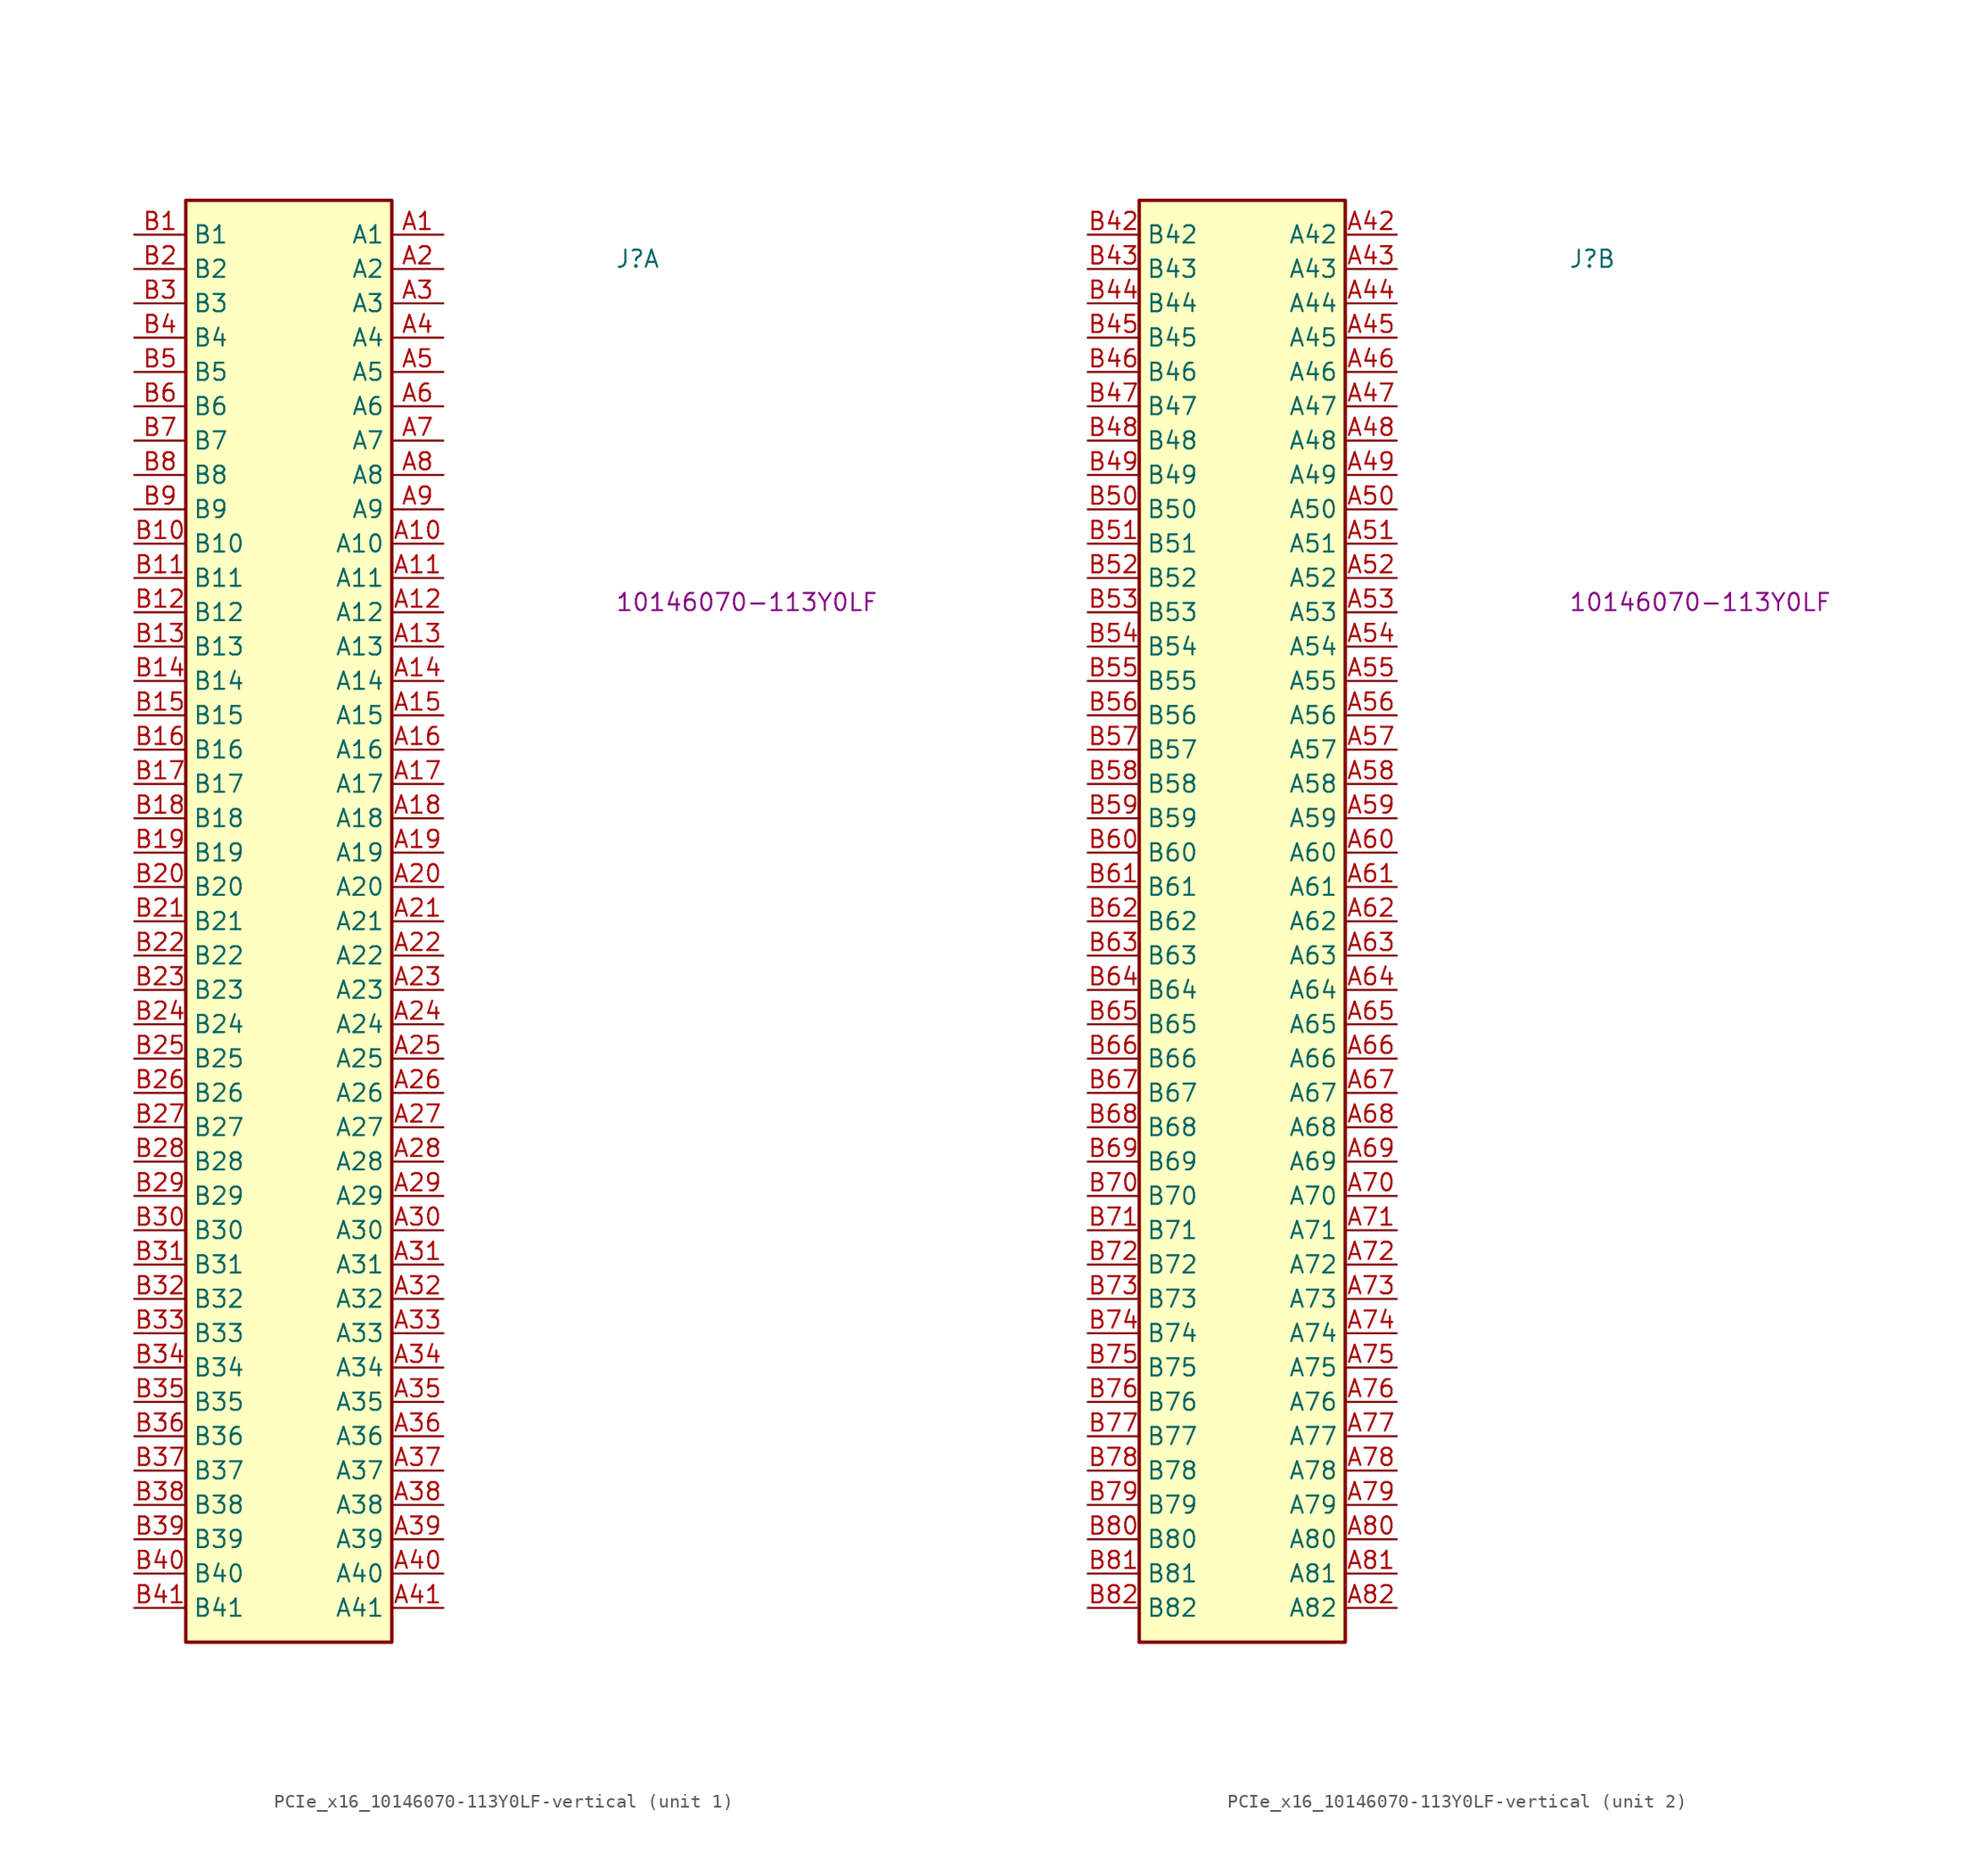
<source format=kicad_sym>
(kicad_symbol_lib
  (version 20220914)
  (generator kicad_symbol_editor)
  (symbol "PCIe_x16_10146070-113Y0LF-vertical"
    (property "Reference" "J"
      (at 35.56 -2.54 0)
      (effects (font (size 1.27 1.27) (thickness 0.15)) (justify left bottom)))
    (property "MPN" "10146070-113Y0LF"
      (at 35.56 -27.94 0)
      (effects (font (size 1.27 1.27) (thickness 0.15)) (justify left bottom)))
    (symbol "PCIe_x16_10146070-113Y0LF-vertical_1_1"
      (rectangle (start 3.81 -104.14) (end 19.05 2.54) (stroke (width 0.254) (type default)) (fill (type background)))
      (pin passive line (at 22.86 0 180) (length 3.81) (name "A1" (effects (font (size 1.27 1.27)))) (number "A1" (effects (font (size 1.27 1.27)))))
      (pin passive line (at 22.86 -22.86 180) (length 3.81) (name "A10" (effects (font (size 1.27 1.27)))) (number "A10" (effects (font (size 1.27 1.27)))))
      (pin passive line (at 22.86 -25.4 180) (length 3.81) (name "A11" (effects (font (size 1.27 1.27)))) (number "A11" (effects (font (size 1.27 1.27)))))
      (pin passive line (at 22.86 -27.94 180) (length 3.81) (name "A12" (effects (font (size 1.27 1.27)))) (number "A12" (effects (font (size 1.27 1.27)))))
      (pin passive line (at 22.86 -30.48 180) (length 3.81) (name "A13" (effects (font (size 1.27 1.27)))) (number "A13" (effects (font (size 1.27 1.27)))))
      (pin passive line (at 22.86 -33.02 180) (length 3.81) (name "A14" (effects (font (size 1.27 1.27)))) (number "A14" (effects (font (size 1.27 1.27)))))
      (pin passive line (at 22.86 -35.56 180) (length 3.81) (name "A15" (effects (font (size 1.27 1.27)))) (number "A15" (effects (font (size 1.27 1.27)))))
      (pin passive line (at 22.86 -38.1 180) (length 3.81) (name "A16" (effects (font (size 1.27 1.27)))) (number "A16" (effects (font (size 1.27 1.27)))))
      (pin passive line (at 22.86 -40.64 180) (length 3.81) (name "A17" (effects (font (size 1.27 1.27)))) (number "A17" (effects (font (size 1.27 1.27)))))
      (pin passive line (at 22.86 -43.18 180) (length 3.81) (name "A18" (effects (font (size 1.27 1.27)))) (number "A18" (effects (font (size 1.27 1.27)))))
      (pin passive line (at 22.86 -45.72 180) (length 3.81) (name "A19" (effects (font (size 1.27 1.27)))) (number "A19" (effects (font (size 1.27 1.27)))))
      (pin passive line (at 22.86 -2.54 180) (length 3.81) (name "A2" (effects (font (size 1.27 1.27)))) (number "A2" (effects (font (size 1.27 1.27)))))
      (pin passive line (at 22.86 -48.26 180) (length 3.81) (name "A20" (effects (font (size 1.27 1.27)))) (number "A20" (effects (font (size 1.27 1.27)))))
      (pin passive line (at 22.86 -50.8 180) (length 3.81) (name "A21" (effects (font (size 1.27 1.27)))) (number "A21" (effects (font (size 1.27 1.27)))))
      (pin passive line (at 22.86 -53.34 180) (length 3.81) (name "A22" (effects (font (size 1.27 1.27)))) (number "A22" (effects (font (size 1.27 1.27)))))
      (pin passive line (at 22.86 -55.88 180) (length 3.81) (name "A23" (effects (font (size 1.27 1.27)))) (number "A23" (effects (font (size 1.27 1.27)))))
      (pin passive line (at 22.86 -58.42 180) (length 3.81) (name "A24" (effects (font (size 1.27 1.27)))) (number "A24" (effects (font (size 1.27 1.27)))))
      (pin passive line (at 22.86 -60.96 180) (length 3.81) (name "A25" (effects (font (size 1.27 1.27)))) (number "A25" (effects (font (size 1.27 1.27)))))
      (pin passive line (at 22.86 -63.5 180) (length 3.81) (name "A26" (effects (font (size 1.27 1.27)))) (number "A26" (effects (font (size 1.27 1.27)))))
      (pin passive line (at 22.86 -66.04 180) (length 3.81) (name "A27" (effects (font (size 1.27 1.27)))) (number "A27" (effects (font (size 1.27 1.27)))))
      (pin passive line (at 22.86 -68.58 180) (length 3.81) (name "A28" (effects (font (size 1.27 1.27)))) (number "A28" (effects (font (size 1.27 1.27)))))
      (pin passive line (at 22.86 -71.12 180) (length 3.81) (name "A29" (effects (font (size 1.27 1.27)))) (number "A29" (effects (font (size 1.27 1.27)))))
      (pin passive line (at 22.86 -5.08 180) (length 3.81) (name "A3" (effects (font (size 1.27 1.27)))) (number "A3" (effects (font (size 1.27 1.27)))))
      (pin passive line (at 22.86 -73.66 180) (length 3.81) (name "A30" (effects (font (size 1.27 1.27)))) (number "A30" (effects (font (size 1.27 1.27)))))
      (pin passive line (at 22.86 -76.2 180) (length 3.81) (name "A31" (effects (font (size 1.27 1.27)))) (number "A31" (effects (font (size 1.27 1.27)))))
      (pin passive line (at 22.86 -78.74 180) (length 3.81) (name "A32" (effects (font (size 1.27 1.27)))) (number "A32" (effects (font (size 1.27 1.27)))))
      (pin passive line (at 22.86 -81.28 180) (length 3.81) (name "A33" (effects (font (size 1.27 1.27)))) (number "A33" (effects (font (size 1.27 1.27)))))
      (pin passive line (at 22.86 -83.82 180) (length 3.81) (name "A34" (effects (font (size 1.27 1.27)))) (number "A34" (effects (font (size 1.27 1.27)))))
      (pin passive line (at 22.86 -86.36 180) (length 3.81) (name "A35" (effects (font (size 1.27 1.27)))) (number "A35" (effects (font (size 1.27 1.27)))))
      (pin passive line (at 22.86 -88.9 180) (length 3.81) (name "A36" (effects (font (size 1.27 1.27)))) (number "A36" (effects (font (size 1.27 1.27)))))
      (pin passive line (at 22.86 -91.44 180) (length 3.81) (name "A37" (effects (font (size 1.27 1.27)))) (number "A37" (effects (font (size 1.27 1.27)))))
      (pin passive line (at 22.86 -93.98 180) (length 3.81) (name "A38" (effects (font (size 1.27 1.27)))) (number "A38" (effects (font (size 1.27 1.27)))))
      (pin passive line (at 22.86 -96.52 180) (length 3.81) (name "A39" (effects (font (size 1.27 1.27)))) (number "A39" (effects (font (size 1.27 1.27)))))
      (pin passive line (at 22.86 -7.62 180) (length 3.81) (name "A4" (effects (font (size 1.27 1.27)))) (number "A4" (effects (font (size 1.27 1.27)))))
      (pin passive line (at 22.86 -99.06 180) (length 3.81) (name "A40" (effects (font (size 1.27 1.27)))) (number "A40" (effects (font (size 1.27 1.27)))))
      (pin passive line (at 22.86 -101.6 180) (length 3.81) (name "A41" (effects (font (size 1.27 1.27)))) (number "A41" (effects (font (size 1.27 1.27)))))
      (pin passive line (at 22.86 -10.16 180) (length 3.81) (name "A5" (effects (font (size 1.27 1.27)))) (number "A5" (effects (font (size 1.27 1.27)))))
      (pin passive line (at 22.86 -12.7 180) (length 3.81) (name "A6" (effects (font (size 1.27 1.27)))) (number "A6" (effects (font (size 1.27 1.27)))))
      (pin passive line (at 22.86 -15.24 180) (length 3.81) (name "A7" (effects (font (size 1.27 1.27)))) (number "A7" (effects (font (size 1.27 1.27)))))
      (pin passive line (at 22.86 -17.78 180) (length 3.81) (name "A8" (effects (font (size 1.27 1.27)))) (number "A8" (effects (font (size 1.27 1.27)))))
      (pin passive line (at 22.86 -20.32 180) (length 3.81) (name "A9" (effects (font (size 1.27 1.27)))) (number "A9" (effects (font (size 1.27 1.27)))))
      (pin passive line (at 0 0 0) (length 3.81) (name "B1" (effects (font (size 1.27 1.27)))) (number "B1" (effects (font (size 1.27 1.27)))))
      (pin passive line (at 0 -22.86 0) (length 3.81) (name "B10" (effects (font (size 1.27 1.27)))) (number "B10" (effects (font (size 1.27 1.27)))))
      (pin passive line (at 0 -25.4 0) (length 3.81) (name "B11" (effects (font (size 1.27 1.27)))) (number "B11" (effects (font (size 1.27 1.27)))))
      (pin passive line (at 0 -27.94 0) (length 3.81) (name "B12" (effects (font (size 1.27 1.27)))) (number "B12" (effects (font (size 1.27 1.27)))))
      (pin passive line (at 0 -30.48 0) (length 3.81) (name "B13" (effects (font (size 1.27 1.27)))) (number "B13" (effects (font (size 1.27 1.27)))))
      (pin passive line (at 0 -33.02 0) (length 3.81) (name "B14" (effects (font (size 1.27 1.27)))) (number "B14" (effects (font (size 1.27 1.27)))))
      (pin passive line (at 0 -35.56 0) (length 3.81) (name "B15" (effects (font (size 1.27 1.27)))) (number "B15" (effects (font (size 1.27 1.27)))))
      (pin passive line (at 0 -38.1 0) (length 3.81) (name "B16" (effects (font (size 1.27 1.27)))) (number "B16" (effects (font (size 1.27 1.27)))))
      (pin passive line (at 0 -40.64 0) (length 3.81) (name "B17" (effects (font (size 1.27 1.27)))) (number "B17" (effects (font (size 1.27 1.27)))))
      (pin passive line (at 0 -43.18 0) (length 3.81) (name "B18" (effects (font (size 1.27 1.27)))) (number "B18" (effects (font (size 1.27 1.27)))))
      (pin passive line (at 0 -45.72 0) (length 3.81) (name "B19" (effects (font (size 1.27 1.27)))) (number "B19" (effects (font (size 1.27 1.27)))))
      (pin passive line (at 0 -2.54 0) (length 3.81) (name "B2" (effects (font (size 1.27 1.27)))) (number "B2" (effects (font (size 1.27 1.27)))))
      (pin passive line (at 0 -48.26 0) (length 3.81) (name "B20" (effects (font (size 1.27 1.27)))) (number "B20" (effects (font (size 1.27 1.27)))))
      (pin passive line (at 0 -50.8 0) (length 3.81) (name "B21" (effects (font (size 1.27 1.27)))) (number "B21" (effects (font (size 1.27 1.27)))))
      (pin passive line (at 0 -53.34 0) (length 3.81) (name "B22" (effects (font (size 1.27 1.27)))) (number "B22" (effects (font (size 1.27 1.27)))))
      (pin passive line (at 0 -55.88 0) (length 3.81) (name "B23" (effects (font (size 1.27 1.27)))) (number "B23" (effects (font (size 1.27 1.27)))))
      (pin passive line (at 0 -58.42 0) (length 3.81) (name "B24" (effects (font (size 1.27 1.27)))) (number "B24" (effects (font (size 1.27 1.27)))))
      (pin passive line (at 0 -60.96 0) (length 3.81) (name "B25" (effects (font (size 1.27 1.27)))) (number "B25" (effects (font (size 1.27 1.27)))))
      (pin passive line (at 0 -63.5 0) (length 3.81) (name "B26" (effects (font (size 1.27 1.27)))) (number "B26" (effects (font (size 1.27 1.27)))))
      (pin passive line (at 0 -66.04 0) (length 3.81) (name "B27" (effects (font (size 1.27 1.27)))) (number "B27" (effects (font (size 1.27 1.27)))))
      (pin passive line (at 0 -68.58 0) (length 3.81) (name "B28" (effects (font (size 1.27 1.27)))) (number "B28" (effects (font (size 1.27 1.27)))))
      (pin passive line (at 0 -71.12 0) (length 3.81) (name "B29" (effects (font (size 1.27 1.27)))) (number "B29" (effects (font (size 1.27 1.27)))))
      (pin passive line (at 0 -5.08 0) (length 3.81) (name "B3" (effects (font (size 1.27 1.27)))) (number "B3" (effects (font (size 1.27 1.27)))))
      (pin passive line (at 0 -73.66 0) (length 3.81) (name "B30" (effects (font (size 1.27 1.27)))) (number "B30" (effects (font (size 1.27 1.27)))))
      (pin passive line (at 0 -76.2 0) (length 3.81) (name "B31" (effects (font (size 1.27 1.27)))) (number "B31" (effects (font (size 1.27 1.27)))))
      (pin passive line (at 0 -78.74 0) (length 3.81) (name "B32" (effects (font (size 1.27 1.27)))) (number "B32" (effects (font (size 1.27 1.27)))))
      (pin passive line (at 0 -81.28 0) (length 3.81) (name "B33" (effects (font (size 1.27 1.27)))) (number "B33" (effects (font (size 1.27 1.27)))))
      (pin passive line (at 0 -83.82 0) (length 3.81) (name "B34" (effects (font (size 1.27 1.27)))) (number "B34" (effects (font (size 1.27 1.27)))))
      (pin passive line (at 0 -86.36 0) (length 3.81) (name "B35" (effects (font (size 1.27 1.27)))) (number "B35" (effects (font (size 1.27 1.27)))))
      (pin passive line (at 0 -88.9 0) (length 3.81) (name "B36" (effects (font (size 1.27 1.27)))) (number "B36" (effects (font (size 1.27 1.27)))))
      (pin passive line (at 0 -91.44 0) (length 3.81) (name "B37" (effects (font (size 1.27 1.27)))) (number "B37" (effects (font (size 1.27 1.27)))))
      (pin passive line (at 0 -93.98 0) (length 3.81) (name "B38" (effects (font (size 1.27 1.27)))) (number "B38" (effects (font (size 1.27 1.27)))))
      (pin passive line (at 0 -96.52 0) (length 3.81) (name "B39" (effects (font (size 1.27 1.27)))) (number "B39" (effects (font (size 1.27 1.27)))))
      (pin passive line (at 0 -7.62 0) (length 3.81) (name "B4" (effects (font (size 1.27 1.27)))) (number "B4" (effects (font (size 1.27 1.27)))))
      (pin passive line (at 0 -99.06 0) (length 3.81) (name "B40" (effects (font (size 1.27 1.27)))) (number "B40" (effects (font (size 1.27 1.27)))))
      (pin passive line (at 0 -101.6 0) (length 3.81) (name "B41" (effects (font (size 1.27 1.27)))) (number "B41" (effects (font (size 1.27 1.27)))))
      (pin passive line (at 0 -10.16 0) (length 3.81) (name "B5" (effects (font (size 1.27 1.27)))) (number "B5" (effects (font (size 1.27 1.27)))))
      (pin passive line (at 0 -12.7 0) (length 3.81) (name "B6" (effects (font (size 1.27 1.27)))) (number "B6" (effects (font (size 1.27 1.27)))))
      (pin passive line (at 0 -15.24 0) (length 3.81) (name "B7" (effects (font (size 1.27 1.27)))) (number "B7" (effects (font (size 1.27 1.27)))))
      (pin passive line (at 0 -17.78 0) (length 3.81) (name "B8" (effects (font (size 1.27 1.27)))) (number "B8" (effects (font (size 1.27 1.27)))))
      (pin passive line (at 0 -20.32 0) (length 3.81) (name "B9" (effects (font (size 1.27 1.27)))) (number "B9" (effects (font (size 1.27 1.27))))))
    (symbol "PCIe_x16_10146070-113Y0LF-vertical_2_1"
      (rectangle (start 3.81 -104.14) (end 19.05 2.54) (stroke (width 0.254) (type default)) (fill (type background)))
      (pin passive line (at 22.86 0 180) (length 3.81) (name "A42" (effects (font (size 1.27 1.27)))) (number "A42" (effects (font (size 1.27 1.27)))))
      (pin passive line (at 22.86 -2.54 180) (length 3.81) (name "A43" (effects (font (size 1.27 1.27)))) (number "A43" (effects (font (size 1.27 1.27)))))
      (pin passive line (at 22.86 -5.08 180) (length 3.81) (name "A44" (effects (font (size 1.27 1.27)))) (number "A44" (effects (font (size 1.27 1.27)))))
      (pin passive line (at 22.86 -7.62 180) (length 3.81) (name "A45" (effects (font (size 1.27 1.27)))) (number "A45" (effects (font (size 1.27 1.27)))))
      (pin passive line (at 22.86 -10.16 180) (length 3.81) (name "A46" (effects (font (size 1.27 1.27)))) (number "A46" (effects (font (size 1.27 1.27)))))
      (pin passive line (at 22.86 -12.7 180) (length 3.81) (name "A47" (effects (font (size 1.27 1.27)))) (number "A47" (effects (font (size 1.27 1.27)))))
      (pin passive line (at 22.86 -15.24 180) (length 3.81) (name "A48" (effects (font (size 1.27 1.27)))) (number "A48" (effects (font (size 1.27 1.27)))))
      (pin passive line (at 22.86 -17.78 180) (length 3.81) (name "A49" (effects (font (size 1.27 1.27)))) (number "A49" (effects (font (size 1.27 1.27)))))
      (pin passive line (at 22.86 -20.32 180) (length 3.81) (name "A50" (effects (font (size 1.27 1.27)))) (number "A50" (effects (font (size 1.27 1.27)))))
      (pin passive line (at 22.86 -22.86 180) (length 3.81) (name "A51" (effects (font (size 1.27 1.27)))) (number "A51" (effects (font (size 1.27 1.27)))))
      (pin passive line (at 22.86 -25.4 180) (length 3.81) (name "A52" (effects (font (size 1.27 1.27)))) (number "A52" (effects (font (size 1.27 1.27)))))
      (pin passive line (at 22.86 -27.94 180) (length 3.81) (name "A53" (effects (font (size 1.27 1.27)))) (number "A53" (effects (font (size 1.27 1.27)))))
      (pin passive line (at 22.86 -30.48 180) (length 3.81) (name "A54" (effects (font (size 1.27 1.27)))) (number "A54" (effects (font (size 1.27 1.27)))))
      (pin passive line (at 22.86 -33.02 180) (length 3.81) (name "A55" (effects (font (size 1.27 1.27)))) (number "A55" (effects (font (size 1.27 1.27)))))
      (pin passive line (at 22.86 -35.56 180) (length 3.81) (name "A56" (effects (font (size 1.27 1.27)))) (number "A56" (effects (font (size 1.27 1.27)))))
      (pin passive line (at 22.86 -38.1 180) (length 3.81) (name "A57" (effects (font (size 1.27 1.27)))) (number "A57" (effects (font (size 1.27 1.27)))))
      (pin passive line (at 22.86 -40.64 180) (length 3.81) (name "A58" (effects (font (size 1.27 1.27)))) (number "A58" (effects (font (size 1.27 1.27)))))
      (pin passive line (at 22.86 -43.18 180) (length 3.81) (name "A59" (effects (font (size 1.27 1.27)))) (number "A59" (effects (font (size 1.27 1.27)))))
      (pin passive line (at 22.86 -45.72 180) (length 3.81) (name "A60" (effects (font (size 1.27 1.27)))) (number "A60" (effects (font (size 1.27 1.27)))))
      (pin passive line (at 22.86 -48.26 180) (length 3.81) (name "A61" (effects (font (size 1.27 1.27)))) (number "A61" (effects (font (size 1.27 1.27)))))
      (pin passive line (at 22.86 -50.8 180) (length 3.81) (name "A62" (effects (font (size 1.27 1.27)))) (number "A62" (effects (font (size 1.27 1.27)))))
      (pin passive line (at 22.86 -53.34 180) (length 3.81) (name "A63" (effects (font (size 1.27 1.27)))) (number "A63" (effects (font (size 1.27 1.27)))))
      (pin passive line (at 22.86 -55.88 180) (length 3.81) (name "A64" (effects (font (size 1.27 1.27)))) (number "A64" (effects (font (size 1.27 1.27)))))
      (pin passive line (at 22.86 -58.42 180) (length 3.81) (name "A65" (effects (font (size 1.27 1.27)))) (number "A65" (effects (font (size 1.27 1.27)))))
      (pin passive line (at 22.86 -60.96 180) (length 3.81) (name "A66" (effects (font (size 1.27 1.27)))) (number "A66" (effects (font (size 1.27 1.27)))))
      (pin passive line (at 22.86 -63.5 180) (length 3.81) (name "A67" (effects (font (size 1.27 1.27)))) (number "A67" (effects (font (size 1.27 1.27)))))
      (pin passive line (at 22.86 -66.04 180) (length 3.81) (name "A68" (effects (font (size 1.27 1.27)))) (number "A68" (effects (font (size 1.27 1.27)))))
      (pin passive line (at 22.86 -68.58 180) (length 3.81) (name "A69" (effects (font (size 1.27 1.27)))) (number "A69" (effects (font (size 1.27 1.27)))))
      (pin passive line (at 22.86 -71.12 180) (length 3.81) (name "A70" (effects (font (size 1.27 1.27)))) (number "A70" (effects (font (size 1.27 1.27)))))
      (pin passive line (at 22.86 -73.66 180) (length 3.81) (name "A71" (effects (font (size 1.27 1.27)))) (number "A71" (effects (font (size 1.27 1.27)))))
      (pin passive line (at 22.86 -76.2 180) (length 3.81) (name "A72" (effects (font (size 1.27 1.27)))) (number "A72" (effects (font (size 1.27 1.27)))))
      (pin passive line (at 22.86 -78.74 180) (length 3.81) (name "A73" (effects (font (size 1.27 1.27)))) (number "A73" (effects (font (size 1.27 1.27)))))
      (pin passive line (at 22.86 -81.28 180) (length 3.81) (name "A74" (effects (font (size 1.27 1.27)))) (number "A74" (effects (font (size 1.27 1.27)))))
      (pin passive line (at 22.86 -83.82 180) (length 3.81) (name "A75" (effects (font (size 1.27 1.27)))) (number "A75" (effects (font (size 1.27 1.27)))))
      (pin passive line (at 22.86 -86.36 180) (length 3.81) (name "A76" (effects (font (size 1.27 1.27)))) (number "A76" (effects (font (size 1.27 1.27)))))
      (pin passive line (at 22.86 -88.9 180) (length 3.81) (name "A77" (effects (font (size 1.27 1.27)))) (number "A77" (effects (font (size 1.27 1.27)))))
      (pin passive line (at 22.86 -91.44 180) (length 3.81) (name "A78" (effects (font (size 1.27 1.27)))) (number "A78" (effects (font (size 1.27 1.27)))))
      (pin passive line (at 22.86 -93.98 180) (length 3.81) (name "A79" (effects (font (size 1.27 1.27)))) (number "A79" (effects (font (size 1.27 1.27)))))
      (pin passive line (at 22.86 -96.52 180) (length 3.81) (name "A80" (effects (font (size 1.27 1.27)))) (number "A80" (effects (font (size 1.27 1.27)))))
      (pin passive line (at 22.86 -99.06 180) (length 3.81) (name "A81" (effects (font (size 1.27 1.27)))) (number "A81" (effects (font (size 1.27 1.27)))))
      (pin passive line (at 22.86 -101.6 180) (length 3.81) (name "A82" (effects (font (size 1.27 1.27)))) (number "A82" (effects (font (size 1.27 1.27)))))
      (pin passive line (at 0 0 0) (length 3.81) (name "B42" (effects (font (size 1.27 1.27)))) (number "B42" (effects (font (size 1.27 1.27)))))
      (pin passive line (at 0 -2.54 0) (length 3.81) (name "B43" (effects (font (size 1.27 1.27)))) (number "B43" (effects (font (size 1.27 1.27)))))
      (pin passive line (at 0 -5.08 0) (length 3.81) (name "B44" (effects (font (size 1.27 1.27)))) (number "B44" (effects (font (size 1.27 1.27)))))
      (pin passive line (at 0 -7.62 0) (length 3.81) (name "B45" (effects (font (size 1.27 1.27)))) (number "B45" (effects (font (size 1.27 1.27)))))
      (pin passive line (at 0 -10.16 0) (length 3.81) (name "B46" (effects (font (size 1.27 1.27)))) (number "B46" (effects (font (size 1.27 1.27)))))
      (pin passive line (at 0 -12.7 0) (length 3.81) (name "B47" (effects (font (size 1.27 1.27)))) (number "B47" (effects (font (size 1.27 1.27)))))
      (pin passive line (at 0 -15.24 0) (length 3.81) (name "B48" (effects (font (size 1.27 1.27)))) (number "B48" (effects (font (size 1.27 1.27)))))
      (pin passive line (at 0 -17.78 0) (length 3.81) (name "B49" (effects (font (size 1.27 1.27)))) (number "B49" (effects (font (size 1.27 1.27)))))
      (pin passive line (at 0 -20.32 0) (length 3.81) (name "B50" (effects (font (size 1.27 1.27)))) (number "B50" (effects (font (size 1.27 1.27)))))
      (pin passive line (at 0 -22.86 0) (length 3.81) (name "B51" (effects (font (size 1.27 1.27)))) (number "B51" (effects (font (size 1.27 1.27)))))
      (pin passive line (at 0 -25.4 0) (length 3.81) (name "B52" (effects (font (size 1.27 1.27)))) (number "B52" (effects (font (size 1.27 1.27)))))
      (pin passive line (at 0 -27.94 0) (length 3.81) (name "B53" (effects (font (size 1.27 1.27)))) (number "B53" (effects (font (size 1.27 1.27)))))
      (pin passive line (at 0 -30.48 0) (length 3.81) (name "B54" (effects (font (size 1.27 1.27)))) (number "B54" (effects (font (size 1.27 1.27)))))
      (pin passive line (at 0 -33.02 0) (length 3.81) (name "B55" (effects (font (size 1.27 1.27)))) (number "B55" (effects (font (size 1.27 1.27)))))
      (pin passive line (at 0 -35.56 0) (length 3.81) (name "B56" (effects (font (size 1.27 1.27)))) (number "B56" (effects (font (size 1.27 1.27)))))
      (pin passive line (at 0 -38.1 0) (length 3.81) (name "B57" (effects (font (size 1.27 1.27)))) (number "B57" (effects (font (size 1.27 1.27)))))
      (pin passive line (at 0 -40.64 0) (length 3.81) (name "B58" (effects (font (size 1.27 1.27)))) (number "B58" (effects (font (size 1.27 1.27)))))
      (pin passive line (at 0 -43.18 0) (length 3.81) (name "B59" (effects (font (size 1.27 1.27)))) (number "B59" (effects (font (size 1.27 1.27)))))
      (pin passive line (at 0 -45.72 0) (length 3.81) (name "B60" (effects (font (size 1.27 1.27)))) (number "B60" (effects (font (size 1.27 1.27)))))
      (pin passive line (at 0 -48.26 0) (length 3.81) (name "B61" (effects (font (size 1.27 1.27)))) (number "B61" (effects (font (size 1.27 1.27)))))
      (pin passive line (at 0 -50.8 0) (length 3.81) (name "B62" (effects (font (size 1.27 1.27)))) (number "B62" (effects (font (size 1.27 1.27)))))
      (pin passive line (at 0 -53.34 0) (length 3.81) (name "B63" (effects (font (size 1.27 1.27)))) (number "B63" (effects (font (size 1.27 1.27)))))
      (pin passive line (at 0 -55.88 0) (length 3.81) (name "B64" (effects (font (size 1.27 1.27)))) (number "B64" (effects (font (size 1.27 1.27)))))
      (pin passive line (at 0 -58.42 0) (length 3.81) (name "B65" (effects (font (size 1.27 1.27)))) (number "B65" (effects (font (size 1.27 1.27)))))
      (pin passive line (at 0 -60.96 0) (length 3.81) (name "B66" (effects (font (size 1.27 1.27)))) (number "B66" (effects (font (size 1.27 1.27)))))
      (pin passive line (at 0 -63.5 0) (length 3.81) (name "B67" (effects (font (size 1.27 1.27)))) (number "B67" (effects (font (size 1.27 1.27)))))
      (pin passive line (at 0 -66.04 0) (length 3.81) (name "B68" (effects (font (size 1.27 1.27)))) (number "B68" (effects (font (size 1.27 1.27)))))
      (pin passive line (at 0 -68.58 0) (length 3.81) (name "B69" (effects (font (size 1.27 1.27)))) (number "B69" (effects (font (size 1.27 1.27)))))
      (pin passive line (at 0 -71.12 0) (length 3.81) (name "B70" (effects (font (size 1.27 1.27)))) (number "B70" (effects (font (size 1.27 1.27)))))
      (pin passive line (at 0 -73.66 0) (length 3.81) (name "B71" (effects (font (size 1.27 1.27)))) (number "B71" (effects (font (size 1.27 1.27)))))
      (pin passive line (at 0 -76.2 0) (length 3.81) (name "B72" (effects (font (size 1.27 1.27)))) (number "B72" (effects (font (size 1.27 1.27)))))
      (pin passive line (at 0 -78.74 0) (length 3.81) (name "B73" (effects (font (size 1.27 1.27)))) (number "B73" (effects (font (size 1.27 1.27)))))
      (pin passive line (at 0 -81.28 0) (length 3.81) (name "B74" (effects (font (size 1.27 1.27)))) (number "B74" (effects (font (size 1.27 1.27)))))
      (pin passive line (at 0 -83.82 0) (length 3.81) (name "B75" (effects (font (size 1.27 1.27)))) (number "B75" (effects (font (size 1.27 1.27)))))
      (pin passive line (at 0 -86.36 0) (length 3.81) (name "B76" (effects (font (size 1.27 1.27)))) (number "B76" (effects (font (size 1.27 1.27)))))
      (pin passive line (at 0 -88.9 0) (length 3.81) (name "B77" (effects (font (size 1.27 1.27)))) (number "B77" (effects (font (size 1.27 1.27)))))
      (pin passive line (at 0 -91.44 0) (length 3.81) (name "B78" (effects (font (size 1.27 1.27)))) (number "B78" (effects (font (size 1.27 1.27)))))
      (pin passive line (at 0 -93.98 0) (length 3.81) (name "B79" (effects (font (size 1.27 1.27)))) (number "B79" (effects (font (size 1.27 1.27)))))
      (pin passive line (at 0 -96.52 0) (length 3.81) (name "B80" (effects (font (size 1.27 1.27)))) (number "B80" (effects (font (size 1.27 1.27)))))
      (pin passive line (at 0 -99.06 0) (length 3.81) (name "B81" (effects (font (size 1.27 1.27)))) (number "B81" (effects (font (size 1.27 1.27)))))
      (pin passive line (at 0 -101.6 0) (length 3.81) (name "B82" (effects (font (size 1.27 1.27)))) (number "B82" (effects (font (size 1.27 1.27))))))))
</source>
